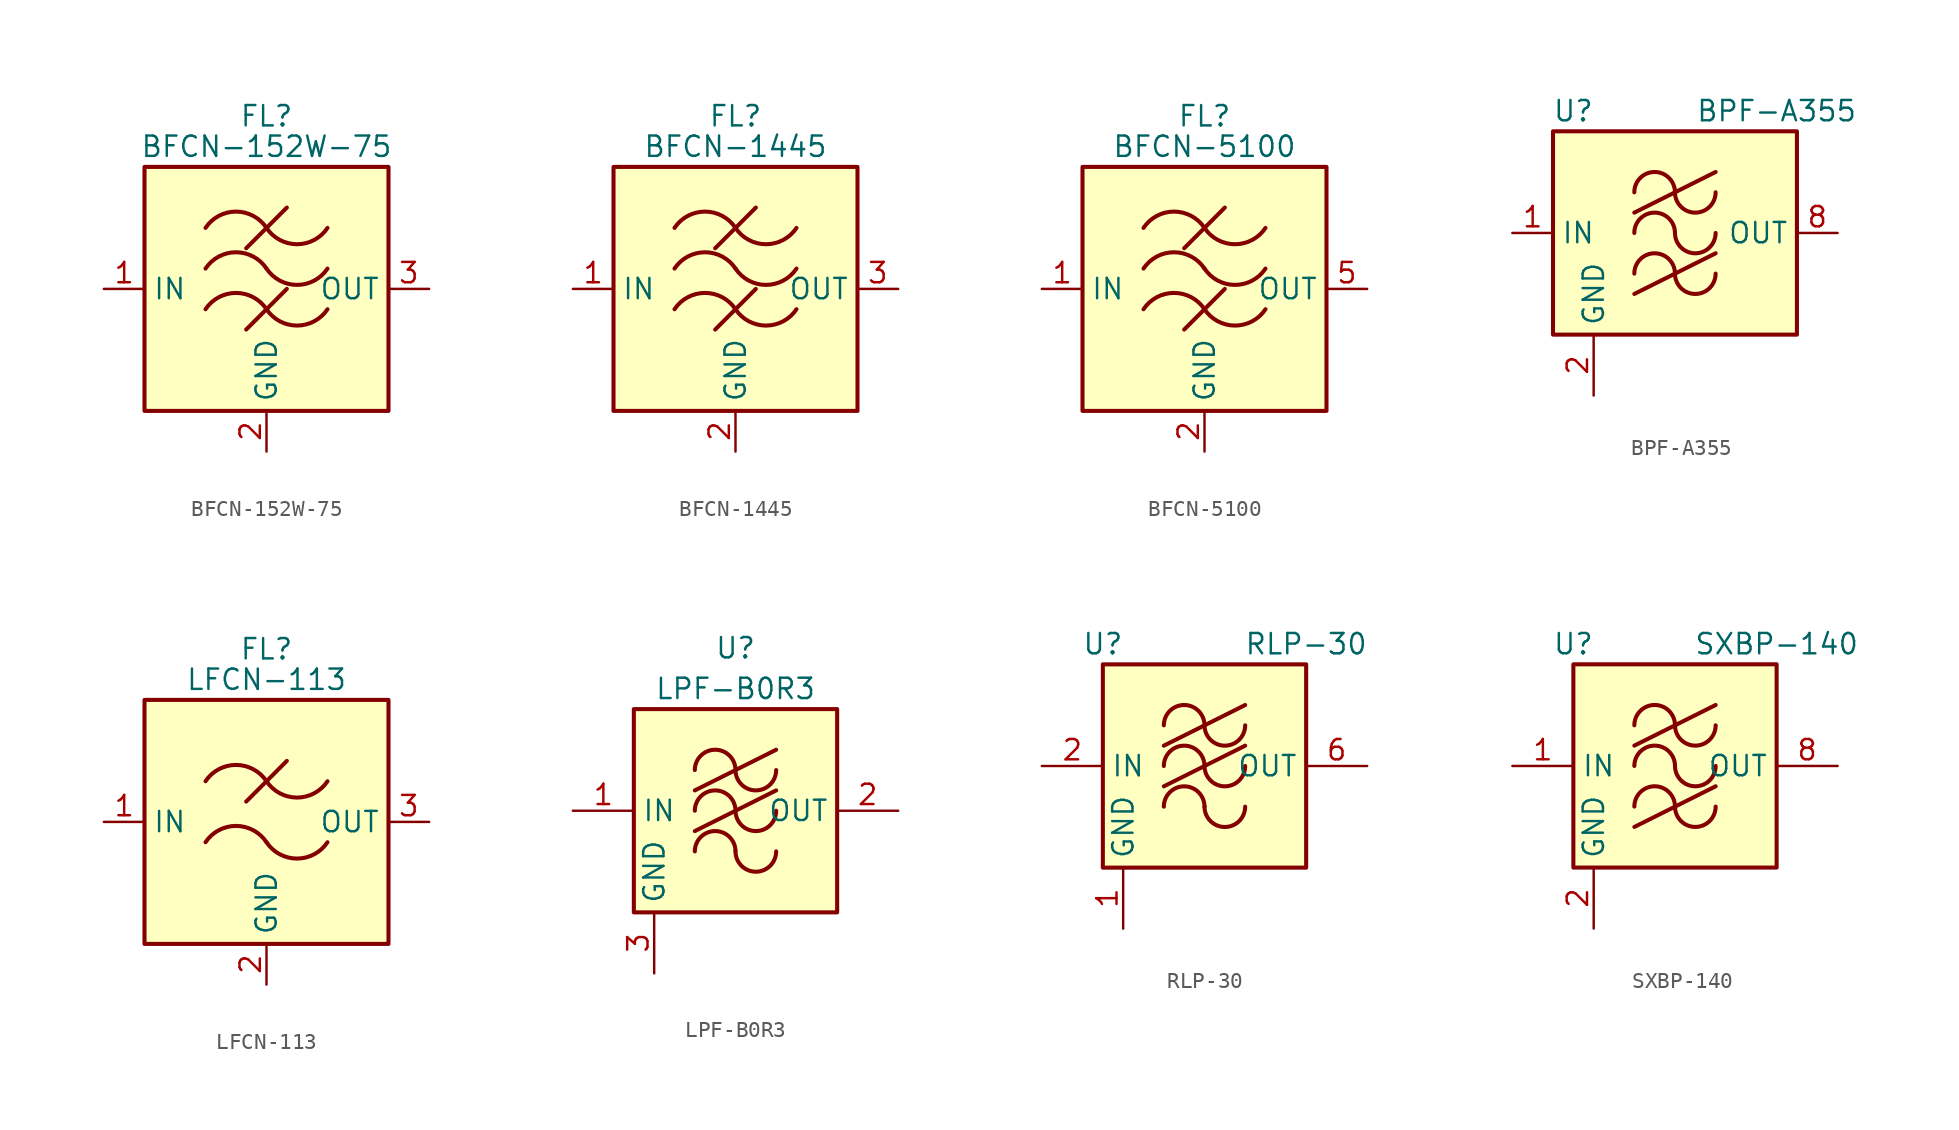
<source format=kicad_sym>
(kicad_symbol_lib
  (version 20211014)
  (generator kicad_symbol_editor)
  (symbol "BFCN-152W-75"
    (property "Reference" "FL"
      (at 0 10.795 0)
      (effects (font (size 1.27 1.27))))
    (property "Value" "BFCN-152W-75"
      (at 0 8.89 0)
      (effects (font (size 1.27 1.27))))
    (symbol "BFCN-152W-75_0_1"
      (rectangle (start -7.62 7.62) (end 7.62 -7.62) (stroke (width 0.254) (type default) (color 0 0 0 0)) (fill (type background)))
      (arc (start 0 -1.27) (mid -1.905 -0.2505) (end -3.81 -1.27) (stroke (width 0.254) (type default) (color 0 0 0 0)) (fill (type none)))
      (arc (start 0 -1.27) (mid 1.905 -2.2895) (end 3.81 -1.27) (stroke (width 0.254) (type default) (color 0 0 0 0)) (fill (type none)))
      (polyline (pts (xy -1.27 -2.54) (xy 1.27 0)) (stroke (width 0.254) (type default) (color 0 0 0 0)) (fill (type none)))
      (polyline (pts (xy -1.27 2.54) (xy 1.27 5.08)) (stroke (width 0.254) (type default) (color 0 0 0 0)) (fill (type none)))
      (arc (start 0 1.27) (mid -1.905 2.2895) (end -3.81 1.27) (stroke (width 0.254) (type default) (color 0 0 0 0)) (fill (type none)))
      (arc (start 0 1.27) (mid 1.905 0.2505) (end 3.81 1.27) (stroke (width 0.254) (type default) (color 0 0 0 0)) (fill (type none)))
      (arc (start 0 3.81) (mid -1.905 4.8295) (end -3.81 3.81) (stroke (width 0.254) (type default) (color 0 0 0 0)) (fill (type none)))
      (arc (start 0 3.81) (mid 1.905 2.7905) (end 3.81 3.81) (stroke (width 0.254) (type default) (color 0 0 0 0)) (fill (type none))))
    (symbol "BFCN-152W-75_1_1"
      (pin passive line (at -10.16 0 0) (length 2.54) (name "IN" (effects (font (size 1.27 1.27)))) (number "1" (effects (font (size 1.27 1.27)))))
      (pin passive line (at 0 -10.16 90) (length 2.54) (name "GND" (effects (font (size 1.27 1.27)))) (number "2" (effects (font (size 1.27 1.27)))))
      (pin passive line (at 10.16 0 180) (length 2.54) (name "OUT" (effects (font (size 1.27 1.27)))) (number "3" (effects (font (size 1.27 1.27)))))))
  (symbol "BFCN-1445"
    (property "Reference" "FL"
      (at 0 10.795 0)
      (effects (font (size 1.27 1.27))))
    (property "Value" "BFCN-1445"
      (at 0 8.89 0)
      (effects (font (size 1.27 1.27))))
    (symbol "BFCN-1445_0_1"
      (rectangle (start -7.62 7.62) (end 7.62 -7.62) (stroke (width 0.254) (type default) (color 0 0 0 0)) (fill (type background)))
      (arc (start 0 -1.27) (mid -1.905 -0.2505) (end -3.81 -1.27) (stroke (width 0.254) (type default) (color 0 0 0 0)) (fill (type none)))
      (arc (start 0 -1.27) (mid 1.905 -2.2895) (end 3.81 -1.27) (stroke (width 0.254) (type default) (color 0 0 0 0)) (fill (type none)))
      (polyline (pts (xy -1.27 -2.54) (xy 1.27 0)) (stroke (width 0.254) (type default) (color 0 0 0 0)) (fill (type none)))
      (polyline (pts (xy -1.27 2.54) (xy 1.27 5.08)) (stroke (width 0.254) (type default) (color 0 0 0 0)) (fill (type none)))
      (arc (start 0 1.27) (mid -1.905 2.2895) (end -3.81 1.27) (stroke (width 0.254) (type default) (color 0 0 0 0)) (fill (type none)))
      (arc (start 0 1.27) (mid 1.905 0.2505) (end 3.81 1.27) (stroke (width 0.254) (type default) (color 0 0 0 0)) (fill (type none)))
      (arc (start 0 3.81) (mid -1.905 4.8295) (end -3.81 3.81) (stroke (width 0.254) (type default) (color 0 0 0 0)) (fill (type none)))
      (arc (start 0 3.81) (mid 1.905 2.7905) (end 3.81 3.81) (stroke (width 0.254) (type default) (color 0 0 0 0)) (fill (type none))))
    (symbol "BFCN-1445_1_1"
      (pin passive line (at -10.16 0 0) (length 2.54) (name "IN" (effects (font (size 1.27 1.27)))) (number "1" (effects (font (size 1.27 1.27)))))
      (pin passive line (at 0 -10.16 90) (length 2.54) (name "GND" (effects (font (size 1.27 1.27)))) (number "2" (effects (font (size 1.27 1.27)))))
      (pin passive line (at 10.16 0 180) (length 2.54) (name "OUT" (effects (font (size 1.27 1.27)))) (number "3" (effects (font (size 1.27 1.27)))))
      (pin passive line (at 0 -10.16 90) (length 2.54) hide (name "GND" (effects (font (size 1.27 1.27)))) (number "4" (effects (font (size 1.27 1.27)))))))
  (symbol "BFCN-5100"
    (property "Reference" "FL"
      (at 0 10.795 0)
      (effects (font (size 1.27 1.27))))
    (property "Value" "BFCN-5100"
      (at 0 8.89 0)
      (effects (font (size 1.27 1.27))))
    (symbol "BFCN-5100_0_1"
      (rectangle (start -7.62 7.62) (end 7.62 -7.62) (stroke (width 0.254) (type default) (color 0 0 0 0)) (fill (type background)))
      (arc (start 0 -1.27) (mid -1.905 -0.2505) (end -3.81 -1.27) (stroke (width 0.254) (type default) (color 0 0 0 0)) (fill (type none)))
      (arc (start 0 -1.27) (mid 1.905 -2.2895) (end 3.81 -1.27) (stroke (width 0.254) (type default) (color 0 0 0 0)) (fill (type none)))
      (polyline (pts (xy -1.27 -2.54) (xy 1.27 0)) (stroke (width 0.254) (type default) (color 0 0 0 0)) (fill (type none)))
      (polyline (pts (xy -1.27 2.54) (xy 1.27 5.08)) (stroke (width 0.254) (type default) (color 0 0 0 0)) (fill (type none)))
      (arc (start 0 1.27) (mid -1.905 2.2895) (end -3.81 1.27) (stroke (width 0.254) (type default) (color 0 0 0 0)) (fill (type none)))
      (arc (start 0 1.27) (mid 1.905 0.2505) (end 3.81 1.27) (stroke (width 0.254) (type default) (color 0 0 0 0)) (fill (type none)))
      (arc (start 0 3.81) (mid -1.905 4.8295) (end -3.81 3.81) (stroke (width 0.254) (type default) (color 0 0 0 0)) (fill (type none)))
      (arc (start 0 3.81) (mid 1.905 2.7905) (end 3.81 3.81) (stroke (width 0.254) (type default) (color 0 0 0 0)) (fill (type none))))
    (symbol "BFCN-5100_1_1"
      (pin passive line (at -10.16 0 0) (length 2.54) (name "IN" (effects (font (size 1.27 1.27)))) (number "1" (effects (font (size 1.27 1.27)))))
      (pin passive line (at 0 -10.16 90) (length 2.54) (name "GND" (effects (font (size 1.27 1.27)))) (number "2" (effects (font (size 1.27 1.27)))))
      (pin passive line (at 0 -10.16 90) (length 2.54) hide (name "GND" (effects (font (size 1.27 1.27)))) (number "3" (effects (font (size 1.27 1.27)))))
      (pin passive line (at 0 -10.16 90) (length 2.54) hide (name "GND" (effects (font (size 1.27 1.27)))) (number "4" (effects (font (size 1.27 1.27)))))
      (pin passive line (at 10.16 0 180) (length 2.54) (name "OUT" (effects (font (size 1.27 1.27)))) (number "5" (effects (font (size 1.27 1.27)))))
      (pin passive line (at 0 -10.16 90) (length 2.54) hide (name "GND" (effects (font (size 1.27 1.27)))) (number "6" (effects (font (size 1.27 1.27)))))
      (pin passive line (at 0 -10.16 90) (length 2.54) hide (name "GND" (effects (font (size 1.27 1.27)))) (number "7" (effects (font (size 1.27 1.27)))))
      (pin passive line (at 0 -10.16 90) (length 2.54) hide (name "GND" (effects (font (size 1.27 1.27)))) (number "8" (effects (font (size 1.27 1.27)))))))
  (symbol "BPF-A355"
    (property "Reference" "U"
      (at -6.35 7.62 0)
      (effects (font (size 1.27 1.27))))
    (property "Value" "BPF-A355"
      (at 6.35 7.62 0)
      (effects (font (size 1.27 1.27))))
    (symbol "BPF-A355_0_1"
      (rectangle (start -7.62 6.35) (end 7.62 -6.35) (stroke (width 0.254) (type default) (color 0 0 0 0)) (fill (type background)))
      (arc (start 0 -2.54) (mid -1.27 -1.27) (end -2.54 -2.54) (stroke (width 0.254) (type default) (color 0 0 0 0)) (fill (type none)))
      (arc (start 0 -2.54) (mid 1.27 -3.81) (end 2.54 -2.54) (stroke (width 0.254) (type default) (color 0 0 0 0)) (fill (type none)))
      (arc (start 0 0) (mid -1.27 1.27) (end -2.54 0) (stroke (width 0.254) (type default) (color 0 0 0 0)) (fill (type none)))
      (polyline (pts (xy -2.54 -3.81) (xy 2.54 -1.27)) (stroke (width 0.254) (type default) (color 0 0 0 0)) (fill (type none)))
      (polyline (pts (xy -2.54 1.27) (xy 2.54 3.81)) (stroke (width 0.254) (type default) (color 0 0 0 0)) (fill (type none)))
      (arc (start 0 0) (mid 1.27 -1.27) (end 2.54 0) (stroke (width 0.254) (type default) (color 0 0 0 0)) (fill (type none)))
      (arc (start 0 2.54) (mid -1.27 3.81) (end -2.54 2.54) (stroke (width 0.254) (type default) (color 0 0 0 0)) (fill (type none)))
      (arc (start 0 2.54) (mid 1.27 1.27) (end 2.54 2.54) (stroke (width 0.254) (type default) (color 0 0 0 0)) (fill (type none))))
    (symbol "BPF-A355_1_1"
      (pin input line (at -10.16 0 0) (length 2.54) (name "IN" (effects (font (size 1.27 1.27)))) (number "1" (effects (font (size 1.27 1.27)))))
      (pin passive line (at -5.08 -10.16 90) (length 3.81) hide (name "GND" (effects (font (size 1.27 1.27)))) (number "10" (effects (font (size 1.27 1.27)))))
      (pin passive line (at -5.08 -10.16 90) (length 3.81) hide (name "GND" (effects (font (size 1.27 1.27)))) (number "11" (effects (font (size 1.27 1.27)))))
      (pin passive line (at -5.08 -10.16 90) (length 3.81) hide (name "GND" (effects (font (size 1.27 1.27)))) (number "12" (effects (font (size 1.27 1.27)))))
      (pin passive line (at -5.08 -10.16 90) (length 3.81) hide (name "GND" (effects (font (size 1.27 1.27)))) (number "13" (effects (font (size 1.27 1.27)))))
      (pin passive line (at -5.08 -10.16 90) (length 3.81) hide (name "GND" (effects (font (size 1.27 1.27)))) (number "14" (effects (font (size 1.27 1.27)))))
      (pin power_in line (at -5.08 -10.16 90) (length 3.81) (name "GND" (effects (font (size 1.27 1.27)))) (number "2" (effects (font (size 1.27 1.27)))))
      (pin passive line (at -5.08 -10.16 90) (length 3.81) hide (name "GND" (effects (font (size 1.27 1.27)))) (number "3" (effects (font (size 1.27 1.27)))))
      (pin passive line (at -5.08 -10.16 90) (length 3.81) hide (name "GND" (effects (font (size 1.27 1.27)))) (number "4" (effects (font (size 1.27 1.27)))))
      (pin passive line (at -5.08 -10.16 90) (length 3.81) hide (name "GND" (effects (font (size 1.27 1.27)))) (number "5" (effects (font (size 1.27 1.27)))))
      (pin passive line (at -5.08 -10.16 90) (length 3.81) hide (name "GND" (effects (font (size 1.27 1.27)))) (number "6" (effects (font (size 1.27 1.27)))))
      (pin passive line (at -5.08 -10.16 90) (length 3.81) hide (name "GND" (effects (font (size 1.27 1.27)))) (number "7" (effects (font (size 1.27 1.27)))))
      (pin output line (at 10.16 0 180) (length 2.54) (name "OUT" (effects (font (size 1.27 1.27)))) (number "8" (effects (font (size 1.27 1.27)))))
      (pin passive line (at -5.08 -10.16 90) (length 3.81) hide (name "GND" (effects (font (size 1.27 1.27)))) (number "9" (effects (font (size 1.27 1.27)))))))
  (symbol "LFCN-113"
    (property "Reference" "FL"
      (at 0 10.795 0)
      (effects (font (size 1.27 1.27))))
    (property "Value" "LFCN-113"
      (at 0 8.89 0)
      (effects (font (size 1.27 1.27))))
    (symbol "LFCN-113_0_1"
      (rectangle (start -7.62 7.62) (end 7.62 -7.62) (stroke (width 0.254) (type default) (color 0 0 0 0)) (fill (type background)))
      (arc (start 0 -1.27) (mid -1.905 -0.2505) (end -3.81 -1.27) (stroke (width 0.254) (type default) (color 0 0 0 0)) (fill (type none)))
      (arc (start 0 -1.27) (mid 1.905 -2.2895) (end 3.81 -1.27) (stroke (width 0.254) (type default) (color 0 0 0 0)) (fill (type none)))
      (polyline (pts (xy -1.27 1.27) (xy 1.27 3.81)) (stroke (width 0.254) (type default) (color 0 0 0 0)) (fill (type none)))
      (arc (start 0 2.54) (mid -1.905 3.5595) (end -3.81 2.54) (stroke (width 0.254) (type default) (color 0 0 0 0)) (fill (type none)))
      (arc (start 0 2.54) (mid 1.905 1.5205) (end 3.81 2.54) (stroke (width 0.254) (type default) (color 0 0 0 0)) (fill (type none))))
    (symbol "LFCN-113_1_1"
      (pin passive line (at -10.16 0 0) (length 2.54) (name "IN" (effects (font (size 1.27 1.27)))) (number "1" (effects (font (size 1.27 1.27)))))
      (pin passive line (at 0 -10.16 90) (length 2.54) (name "GND" (effects (font (size 1.27 1.27)))) (number "2" (effects (font (size 1.27 1.27)))))
      (pin passive line (at 10.16 0 180) (length 2.54) (name "OUT" (effects (font (size 1.27 1.27)))) (number "3" (effects (font (size 1.27 1.27)))))
      (pin passive line (at 0 -10.16 90) (length 2.54) hide (name "GND" (effects (font (size 1.27 1.27)))) (number "4" (effects (font (size 1.27 1.27)))))))
  (symbol "LPF-B0R3"
    (property "Reference" "U"
      (at 0 10.16 0)
      (effects (font (size 1.27 1.27))))
    (property "Value" "LPF-B0R3"
      (at 0 7.62 0)
      (effects (font (size 1.27 1.27))))
    (symbol "LPF-B0R3_0_1"
      (rectangle (start -6.35 6.35) (end 6.35 -6.35) (stroke (width 0.254) (type default) (color 0 0 0 0)) (fill (type background)))
      (arc (start 0 -2.54) (mid -1.27 -1.27) (end -2.54 -2.54) (stroke (width 0.254) (type default) (color 0 0 0 0)) (fill (type none)))
      (arc (start 0 -2.54) (mid 1.27 -3.81) (end 2.54 -2.54) (stroke (width 0.254) (type default) (color 0 0 0 0)) (fill (type none)))
      (arc (start 0 0) (mid -1.27 1.27) (end -2.54 0) (stroke (width 0.254) (type default) (color 0 0 0 0)) (fill (type none)))
      (polyline (pts (xy -2.54 -1.27) (xy 2.54 1.27)) (stroke (width 0.254) (type default) (color 0 0 0 0)) (fill (type none)))
      (polyline (pts (xy -2.54 1.27) (xy 2.54 3.81)) (stroke (width 0.254) (type default) (color 0 0 0 0)) (fill (type none)))
      (arc (start 0 0) (mid 1.27 -1.27) (end 2.54 0) (stroke (width 0.254) (type default) (color 0 0 0 0)) (fill (type none)))
      (arc (start 0 2.54) (mid -1.27 3.81) (end -2.54 2.54) (stroke (width 0.254) (type default) (color 0 0 0 0)) (fill (type none)))
      (arc (start 0 2.54) (mid 1.27 1.27) (end 2.54 2.54) (stroke (width 0.254) (type default) (color 0 0 0 0)) (fill (type none))))
    (symbol "LPF-B0R3_1_1"
      (pin input line (at -10.16 0 0) (length 3.81) (name "IN" (effects (font (size 1.27 1.27)))) (number "1" (effects (font (size 1.27 1.27)))))
      (pin output line (at 10.16 0 180) (length 3.81) (name "OUT" (effects (font (size 1.27 1.27)))) (number "2" (effects (font (size 1.27 1.27)))))
      (pin power_in line (at -5.08 -10.16 90) (length 3.81) (name "GND" (effects (font (size 1.27 1.27)))) (number "3" (effects (font (size 1.27 1.27)))))
      (pin passive line (at -5.08 -10.16 90) (length 3.81) hide (name "GND" (effects (font (size 1.27 1.27)))) (number "4" (effects (font (size 1.27 1.27)))))
      (pin passive line (at -5.08 -10.16 90) (length 3.81) hide (name "GND" (effects (font (size 1.27 1.27)))) (number "5" (effects (font (size 1.27 1.27)))))
      (pin passive line (at -5.08 -10.16 90) (length 3.81) hide (name "GND" (effects (font (size 1.27 1.27)))) (number "6" (effects (font (size 1.27 1.27)))))))
  (symbol "RLP-30"
    (property "Reference" "U"
      (at -6.35 7.62 0)
      (effects (font (size 1.27 1.27))))
    (property "Value" "RLP-30"
      (at 6.35 7.62 0)
      (effects (font (size 1.27 1.27))))
    (symbol "RLP-30_0_1"
      (rectangle (start -6.35 6.35) (end 6.35 -6.35) (stroke (width 0.254) (type default) (color 0 0 0 0)) (fill (type background)))
      (arc (start 0 -2.54) (mid -1.27 -1.27) (end -2.54 -2.54) (stroke (width 0.254) (type default) (color 0 0 0 0)) (fill (type none)))
      (arc (start 0 -2.54) (mid 1.27 -3.81) (end 2.54 -2.54) (stroke (width 0.254) (type default) (color 0 0 0 0)) (fill (type none)))
      (arc (start 0 0) (mid -1.27 1.27) (end -2.54 0) (stroke (width 0.254) (type default) (color 0 0 0 0)) (fill (type none)))
      (polyline (pts (xy -2.54 -1.27) (xy 2.54 1.27)) (stroke (width 0.254) (type default) (color 0 0 0 0)) (fill (type none)))
      (polyline (pts (xy -2.54 1.27) (xy 2.54 3.81)) (stroke (width 0.254) (type default) (color 0 0 0 0)) (fill (type none)))
      (arc (start 0 0) (mid 1.27 -1.27) (end 2.54 0) (stroke (width 0.254) (type default) (color 0 0 0 0)) (fill (type none)))
      (arc (start 0 2.54) (mid -1.27 3.81) (end -2.54 2.54) (stroke (width 0.254) (type default) (color 0 0 0 0)) (fill (type none)))
      (arc (start 0 2.54) (mid 1.27 1.27) (end 2.54 2.54) (stroke (width 0.254) (type default) (color 0 0 0 0)) (fill (type none))))
    (symbol "RLP-30_1_1"
      (pin power_in line (at -5.08 -10.16 90) (length 3.81) (name "GND" (effects (font (size 1.27 1.27)))) (number "1" (effects (font (size 1.27 1.27)))))
      (pin input line (at -10.16 0 0) (length 3.81) (name "IN" (effects (font (size 1.27 1.27)))) (number "2" (effects (font (size 1.27 1.27)))))
      (pin passive line (at -5.08 -10.16 90) (length 3.81) hide (name "GND" (effects (font (size 1.27 1.27)))) (number "3" (effects (font (size 1.27 1.27)))))
      (pin passive line (at -5.08 -10.16 90) (length 3.81) hide (name "GND" (effects (font (size 1.27 1.27)))) (number "4" (effects (font (size 1.27 1.27)))))
      (pin passive line (at -5.08 -10.16 90) (length 3.81) hide (name "GND" (effects (font (size 1.27 1.27)))) (number "5" (effects (font (size 1.27 1.27)))))
      (pin output line (at 10.16 0 180) (length 3.81) (name "OUT" (effects (font (size 1.27 1.27)))) (number "6" (effects (font (size 1.27 1.27)))))
      (pin passive line (at -5.08 -10.16 90) (length 3.81) hide (name "GND" (effects (font (size 1.27 1.27)))) (number "7" (effects (font (size 1.27 1.27)))))
      (pin passive line (at -5.08 -10.16 90) (length 3.81) hide (name "GND" (effects (font (size 1.27 1.27)))) (number "8" (effects (font (size 1.27 1.27)))))))
  (symbol "SXBP-140"
    (property "Reference" "U"
      (at -6.35 7.62 0)
      (effects (font (size 1.27 1.27))))
    (property "Value" "SXBP-140"
      (at 6.35 7.62 0)
      (effects (font (size 1.27 1.27))))
    (symbol "SXBP-140_0_1"
      (rectangle (start -6.35 6.35) (end 6.35 -6.35) (stroke (width 0.254) (type default) (color 0 0 0 0)) (fill (type background)))
      (arc (start 0 -2.54) (mid -1.27 -1.27) (end -2.54 -2.54) (stroke (width 0.254) (type default) (color 0 0 0 0)) (fill (type none)))
      (arc (start 0 -2.54) (mid 1.27 -3.81) (end 2.54 -2.54) (stroke (width 0.254) (type default) (color 0 0 0 0)) (fill (type none)))
      (arc (start 0 0) (mid -1.27 1.27) (end -2.54 0) (stroke (width 0.254) (type default) (color 0 0 0 0)) (fill (type none)))
      (polyline (pts (xy -2.54 -3.81) (xy 2.54 -1.27)) (stroke (width 0.254) (type default) (color 0 0 0 0)) (fill (type none)))
      (polyline (pts (xy -2.54 1.27) (xy 2.54 3.81)) (stroke (width 0.254) (type default) (color 0 0 0 0)) (fill (type none)))
      (arc (start 0 0) (mid 1.27 -1.27) (end 2.54 0) (stroke (width 0.254) (type default) (color 0 0 0 0)) (fill (type none)))
      (arc (start 0 2.54) (mid -1.27 3.81) (end -2.54 2.54) (stroke (width 0.254) (type default) (color 0 0 0 0)) (fill (type none)))
      (arc (start 0 2.54) (mid 1.27 1.27) (end 2.54 2.54) (stroke (width 0.254) (type default) (color 0 0 0 0)) (fill (type none))))
    (symbol "SXBP-140_1_1"
      (pin input line (at -10.16 0 0) (length 3.81) (name "IN" (effects (font (size 1.27 1.27)))) (number "1" (effects (font (size 1.27 1.27)))))
      (pin power_in line (at -5.08 -10.16 90) (length 3.81) (name "GND" (effects (font (size 1.27 1.27)))) (number "2" (effects (font (size 1.27 1.27)))))
      (pin passive line (at -5.08 -10.16 90) (length 3.81) hide (name "GND" (effects (font (size 1.27 1.27)))) (number "3" (effects (font (size 1.27 1.27)))))
      (pin passive line (at -5.08 -10.16 90) (length 3.81) hide (name "GND" (effects (font (size 1.27 1.27)))) (number "4" (effects (font (size 1.27 1.27)))))
      (pin passive line (at -5.08 -10.16 90) (length 3.81) hide (name "GND" (effects (font (size 1.27 1.27)))) (number "5" (effects (font (size 1.27 1.27)))))
      (pin passive line (at -5.08 -10.16 90) (length 3.81) hide (name "GND" (effects (font (size 1.27 1.27)))) (number "6" (effects (font (size 1.27 1.27)))))
      (pin passive line (at -5.08 -10.16 90) (length 3.81) hide (name "GND" (effects (font (size 1.27 1.27)))) (number "7" (effects (font (size 1.27 1.27)))))
      (pin output line (at 10.16 0 180) (length 3.81) (name "OUT" (effects (font (size 1.27 1.27)))) (number "8" (effects (font (size 1.27 1.27))))))))
</source>
